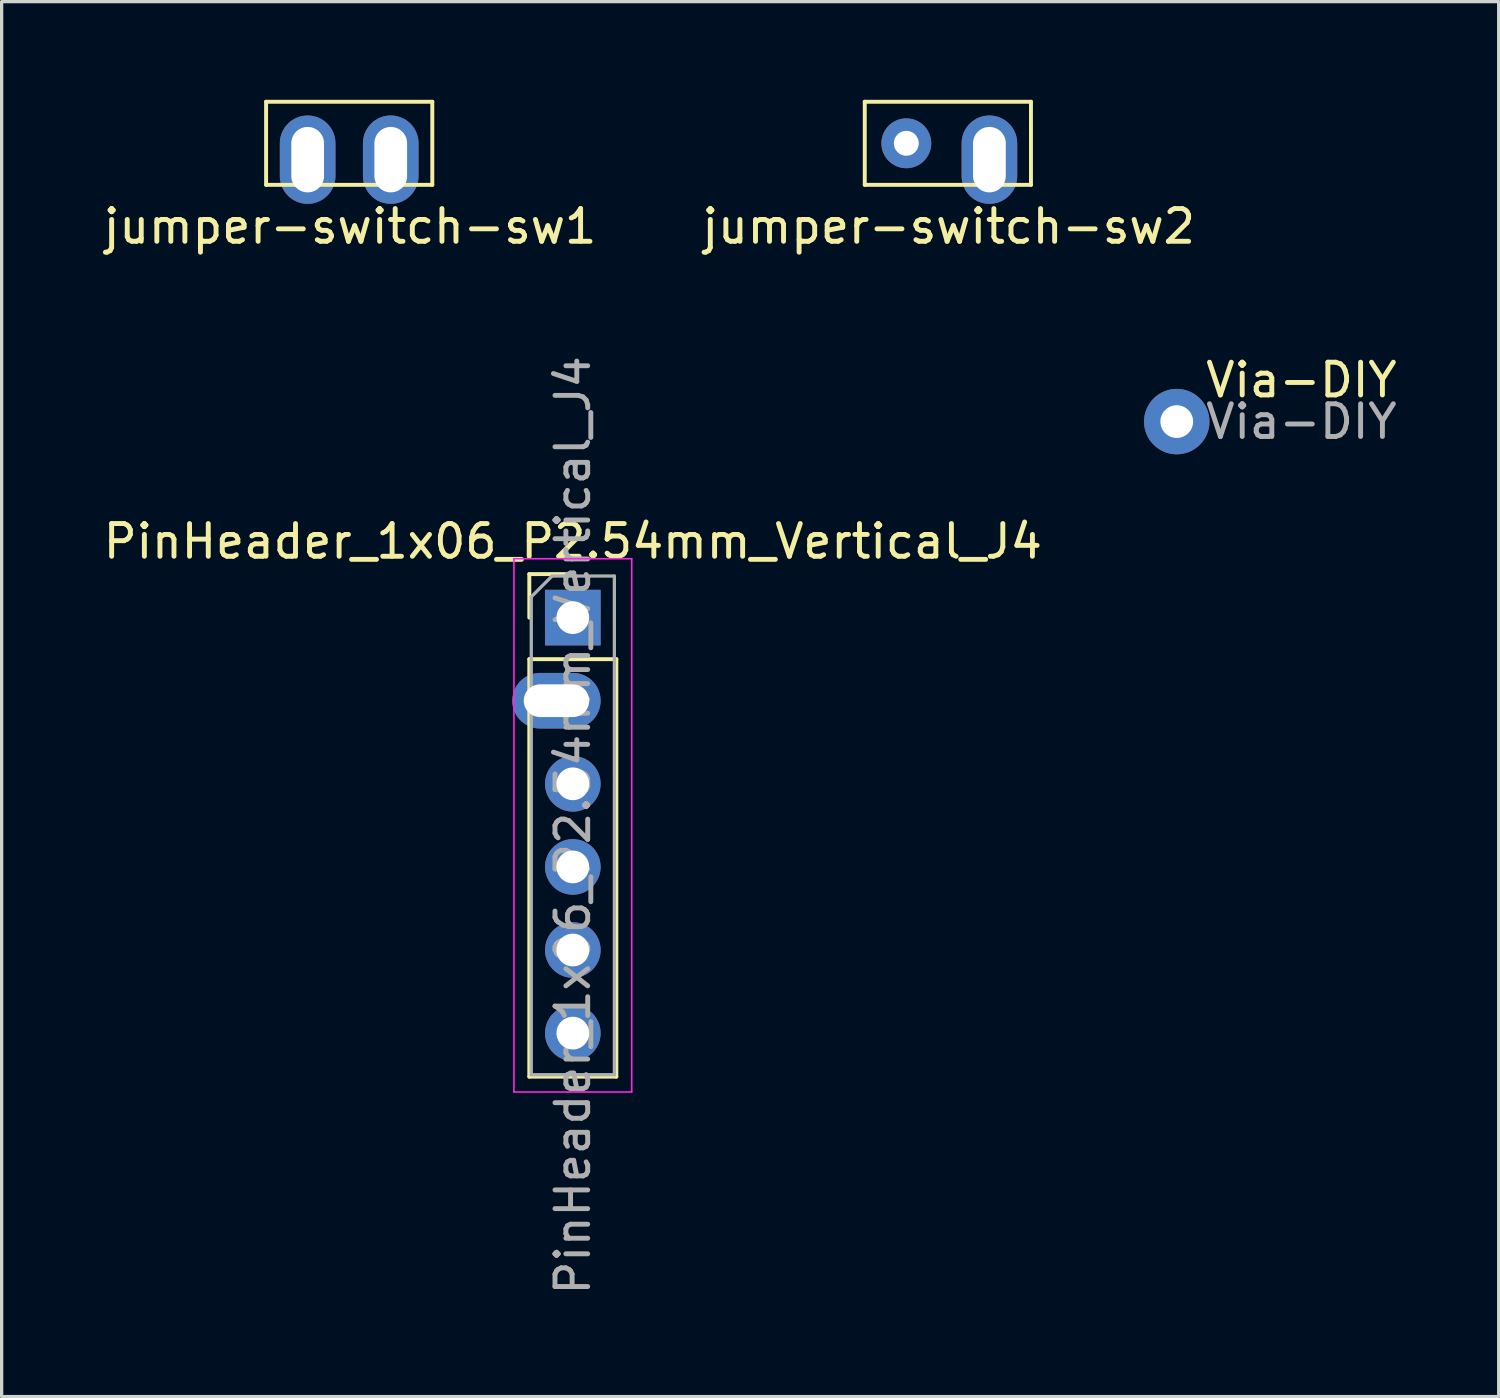
<source format=kicad_pcb>
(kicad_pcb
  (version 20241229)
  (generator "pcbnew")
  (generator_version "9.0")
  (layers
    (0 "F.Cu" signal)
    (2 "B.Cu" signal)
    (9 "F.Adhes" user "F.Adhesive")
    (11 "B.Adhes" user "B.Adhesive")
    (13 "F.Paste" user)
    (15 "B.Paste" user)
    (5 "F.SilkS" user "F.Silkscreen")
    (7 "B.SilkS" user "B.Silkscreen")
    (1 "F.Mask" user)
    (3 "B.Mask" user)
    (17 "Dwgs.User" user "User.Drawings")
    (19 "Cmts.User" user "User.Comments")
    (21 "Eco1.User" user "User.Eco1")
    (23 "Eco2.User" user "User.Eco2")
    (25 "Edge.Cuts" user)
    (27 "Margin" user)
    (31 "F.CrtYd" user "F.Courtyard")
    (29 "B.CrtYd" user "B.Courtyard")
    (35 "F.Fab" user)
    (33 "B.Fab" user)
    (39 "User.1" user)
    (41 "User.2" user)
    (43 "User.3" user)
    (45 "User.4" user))
  (footprint "jumper-switch-sw2"
    (layer "F.Cu")
    (at 25.921 1.33)
    (property "Reference" "jumper-switch-sw2" (at 0.025 2.54 0) (layer "F.SilkS") (effects (font (size 1 1) (thickness 0.15))))
    (attr through_hole)
    (fp_line (start -2.54 -1.27) (end 2.54 -1.27) (stroke (width 0.12) (type solid)) (layer "F.SilkS"))
    (fp_line (start -2.54 1.27) (end -2.54 -1.27) (stroke (width 0.12) (type solid)) (layer "F.SilkS"))
    (fp_line (start 2.54 -1.27) (end 2.54 1.27) (stroke (width 0.12) (type solid)) (layer "F.SilkS"))
    (fp_line (start 2.54 1.27) (end -2.54 1.27) (stroke (width 0.12) (type solid)) (layer "F.SilkS"))
    (pad "1" thru_hole circle (at -1.27 0) (size 1.524 1.524) (drill 0.762) (layers "*.Cu" "*.Mask"))
    (pad "2" thru_hole oval (at 1.27 0.5) (size 1.7 2.7) (drill oval 1 2) (layers "*.Cu" "*.Mask")))
  (footprint "PinHeader_1x06_P2.54mm_Vertical_J4"
    (layer "F.Cu")
    (at 14.458 15.827)
    (property "Reference" "PinHeader_1x06_P2.54mm_Vertical_J4" (at 0 -2.33 0) (layer "F.SilkS") (effects (font (size 1 1) (thickness 0.15))))
    (attr through_hole)
    (fp_line (start -1.33 -1.33) (end 0 -1.33) (stroke (width 0.12) (type solid)) (layer "F.SilkS"))
    (fp_line (start -1.33 0) (end -1.33 -1.33) (stroke (width 0.12) (type solid)) (layer "F.SilkS"))
    (fp_line (start -1.33 1.27) (end -1.33 14.03) (stroke (width 0.12) (type solid)) (layer "F.SilkS"))
    (fp_line (start -1.33 1.27) (end 1.33 1.27) (stroke (width 0.12) (type solid)) (layer "F.SilkS"))
    (fp_line (start -1.33 14.03) (end 1.33 14.03) (stroke (width 0.12) (type solid)) (layer "F.SilkS"))
    (fp_line (start 1.33 1.27) (end 1.33 14.03) (stroke (width 0.12) (type solid)) (layer "F.SilkS"))
    (fp_line (start -1.8 -1.8) (end -1.8 14.5) (stroke (width 0.05) (type solid)) (layer "F.CrtYd"))
    (fp_line (start -1.8 14.5) (end 1.8 14.5) (stroke (width 0.05) (type solid)) (layer "F.CrtYd"))
    (fp_line (start 1.8 -1.8) (end -1.8 -1.8) (stroke (width 0.05) (type solid)) (layer "F.CrtYd"))
    (fp_line (start 1.8 14.5) (end 1.8 -1.8) (stroke (width 0.05) (type solid)) (layer "F.CrtYd"))
    (fp_line (start -1.27 -0.635) (end -0.635 -1.27) (stroke (width 0.1) (type solid)) (layer "F.Fab"))
    (fp_line (start -1.27 13.97) (end -1.27 -0.635) (stroke (width 0.1) (type solid)) (layer "F.Fab"))
    (fp_line (start -0.635 -1.27) (end 1.27 -1.27) (stroke (width 0.1) (type solid)) (layer "F.Fab"))
    (fp_line (start 1.27 -1.27) (end 1.27 13.97) (stroke (width 0.1) (type solid)) (layer "F.Fab"))
    (fp_line (start 1.27 13.97) (end -1.27 13.97) (stroke (width 0.1) (type solid)) (layer "F.Fab"))
    (fp_text user "${REFERENCE}" (at 0 6.35 90) (layer "F.Fab") (effects (font (size 1 1) (thickness 0.15))))
    (pad "1" thru_hole rect (at 0 0) (size 1.7 1.7) (drill 1) (layers "*.Cu" "*.Mask"))
    (pad "2" thru_hole oval (at -0.5 2.54) (size 2.7 1.7) (drill oval 2 1) (layers "*.Cu" "*.Mask"))
    (pad "3" thru_hole oval (at 0 5.08) (size 1.7 1.7) (drill 1) (layers "*.Cu" "*.Mask"))
    (pad "4" thru_hole oval (at 0 7.62) (size 1.7 1.7) (drill 1) (layers "*.Cu" "*.Mask"))
    (pad "5" thru_hole oval (at 0 10.16) (size 1.7 1.7) (drill 1) (layers "*.Cu" "*.Mask"))
    (pad "6" thru_hole oval (at 0 12.7) (size 1.7 1.7) (drill 1) (layers "*.Cu" "*.Mask")))
  (footprint "jumper-switch-sw1"
    (layer "F.Cu")
    (at 7.623 1.33)
    (property "Reference" "jumper-switch-sw1" (at 0.025 2.54 0) (layer "F.SilkS") (effects (font (size 1 1) (thickness 0.15))))
    (attr through_hole)
    (fp_line (start -2.54 -1.27) (end 2.54 -1.27) (stroke (width 0.12) (type solid)) (layer "F.SilkS"))
    (fp_line (start -2.54 1.27) (end -2.54 -1.27) (stroke (width 0.12) (type solid)) (layer "F.SilkS"))
    (fp_line (start 2.54 -1.27) (end 2.54 1.27) (stroke (width 0.12) (type solid)) (layer "F.SilkS"))
    (fp_line (start 2.54 1.27) (end -2.54 1.27) (stroke (width 0.12) (type solid)) (layer "F.SilkS"))
    (pad "1" thru_hole oval (at -1.27 0.5) (size 1.7 2.7) (drill oval 1 2) (layers "*.Cu" "*.Mask"))
    (pad "2" thru_hole oval (at 1.27 0.5) (size 1.7 2.7) (drill oval 1 2) (layers "*.Cu" "*.Mask")))
  (footprint "Via-DIY"
    (layer "F.Cu")
    (at 32.917 9.836)
    (property "Reference" "Via-DIY" (at 3.81 -1.27 0) (layer "F.SilkS") (effects (font (size 1 1) (thickness 0.15))))
    (attr through_hole)
    (fp_text user "${REFERENCE}" (at 3.81 0 0) (layer "F.Fab") (effects (font (size 1 1) (thickness 0.15))))
    (pad "1" thru_hole oval (at 0 0) (size 2 2) (drill 1) (layers "*.Cu" "*.Mask")))
  (gr_rect
    (start -3 -3)
    (end 42.756 39.635)
    (stroke (width 0.1) (type default))
    (fill no)
    (layer "Edge.Cuts")))
</source>
